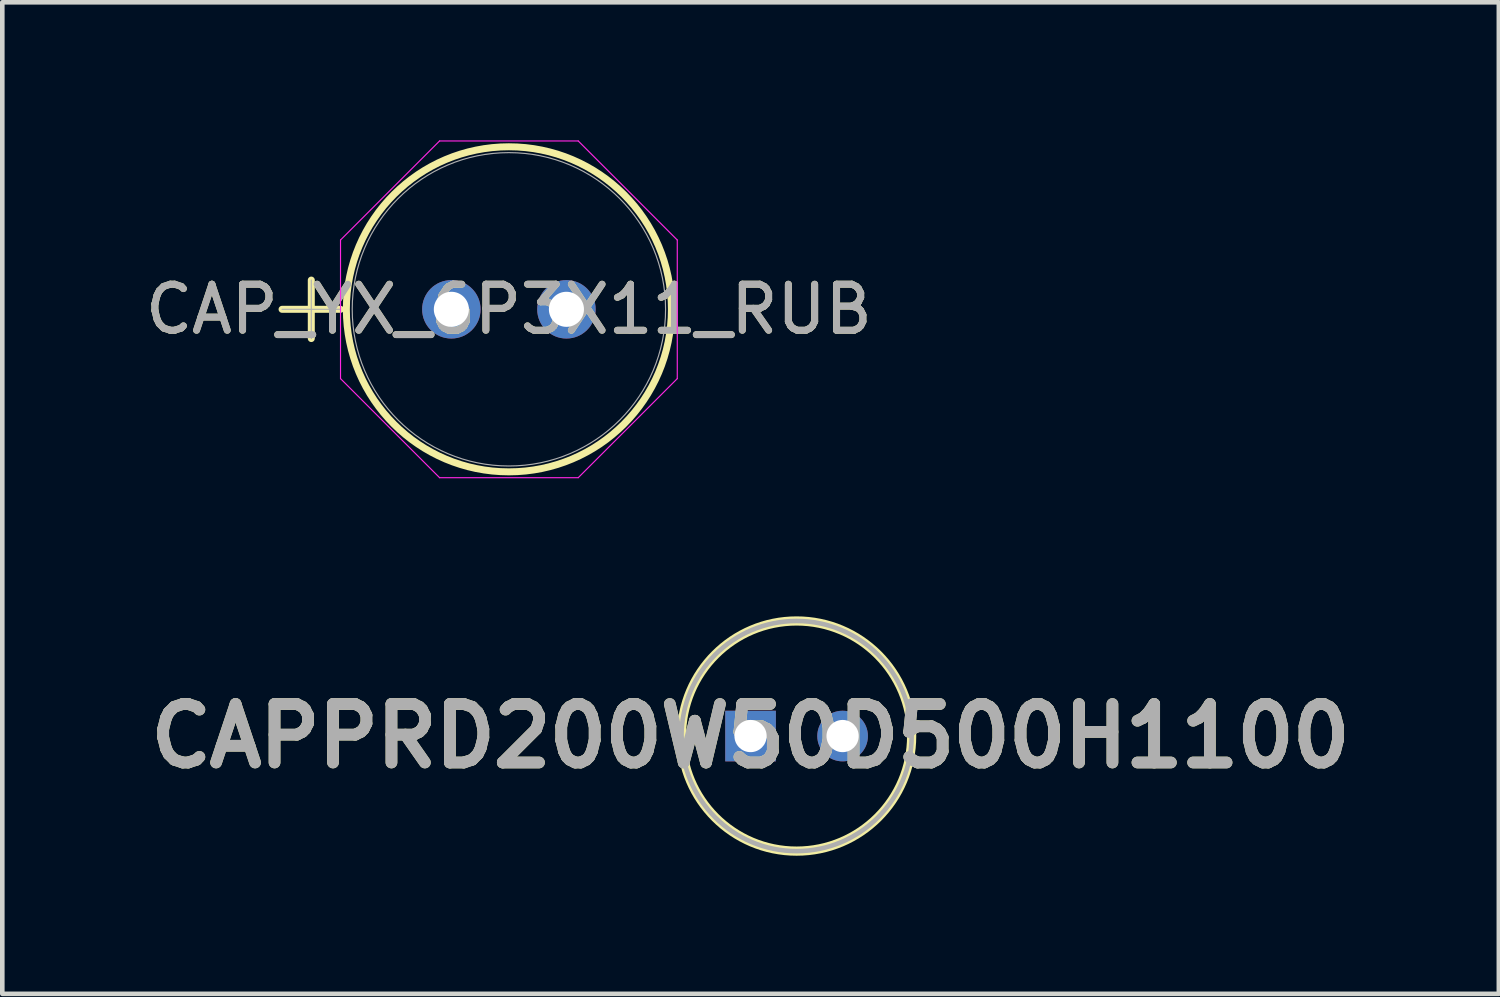
<source format=kicad_pcb>
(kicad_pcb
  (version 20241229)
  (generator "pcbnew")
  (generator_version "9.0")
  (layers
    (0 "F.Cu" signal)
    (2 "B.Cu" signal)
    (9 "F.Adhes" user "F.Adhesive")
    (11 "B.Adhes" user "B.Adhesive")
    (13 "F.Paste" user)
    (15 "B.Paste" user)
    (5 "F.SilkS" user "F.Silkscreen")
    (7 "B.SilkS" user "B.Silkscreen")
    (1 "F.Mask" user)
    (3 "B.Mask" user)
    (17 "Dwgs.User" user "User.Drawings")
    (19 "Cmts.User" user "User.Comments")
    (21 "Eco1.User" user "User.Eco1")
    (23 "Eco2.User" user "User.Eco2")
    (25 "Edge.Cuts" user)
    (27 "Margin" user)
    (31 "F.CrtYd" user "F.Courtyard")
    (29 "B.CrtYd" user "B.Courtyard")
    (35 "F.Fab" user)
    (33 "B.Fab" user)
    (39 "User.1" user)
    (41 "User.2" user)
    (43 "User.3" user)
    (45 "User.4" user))
  (footprint "CAP_YX_6P3X11_RUB"
    (layer "F.Cu")
    (at 6.756 3.67)
    (property "Reference" "CAP_YX_6P3X11_RUB" (at 1.25 0 0) (unlocked yes) (layer "F.SilkS") (effects (font (size 1 1) (thickness 0.15))))
    (attr through_hole)
    (fp_line (start -3.678 0) (end -2.408 0) (stroke (width 0.152) (type solid)) (layer "F.SilkS"))
    (fp_line (start -3.043 -0.635) (end -3.043 0.635) (stroke (width 0.152) (type solid)) (layer "F.SilkS"))
    (fp_circle (center 1.25 0) (end 4.781 0) (stroke (width 0.152) (type solid)) (fill no) (layer "F.SilkS"))
    (fp_line (start -2.408 -1.506) (end -0.256 -3.658) (stroke (width 0.025) (type solid)) (layer "F.CrtYd"))
    (fp_line (start -2.408 1.506) (end -2.408 -1.506) (stroke (width 0.025) (type solid)) (layer "F.CrtYd"))
    (fp_line (start -0.256 -3.658) (end 2.756 -3.658) (stroke (width 0.025) (type solid)) (layer "F.CrtYd"))
    (fp_line (start -0.256 3.658) (end -2.408 1.506) (stroke (width 0.025) (type solid)) (layer "F.CrtYd"))
    (fp_line (start 2.756 -3.658) (end 4.908 -1.506) (stroke (width 0.025) (type solid)) (layer "F.CrtYd"))
    (fp_line (start 2.756 3.658) (end -0.256 3.658) (stroke (width 0.025) (type solid)) (layer "F.CrtYd"))
    (fp_line (start 4.908 -1.506) (end 4.908 1.506) (stroke (width 0.025) (type solid)) (layer "F.CrtYd"))
    (fp_line (start 4.908 1.506) (end 2.756 3.658) (stroke (width 0.025) (type solid)) (layer "F.CrtYd"))
    (fp_line (start -3.678 0) (end -2.408 0) (stroke (width 0.025) (type solid)) (layer "F.Fab"))
    (fp_line (start -3.043 -0.635) (end -3.043 0.635) (stroke (width 0.025) (type solid)) (layer "F.Fab"))
    (fp_circle (center 1.25 0) (end 4.654 0) (stroke (width 0.025) (type solid)) (fill no) (layer "F.Fab"))
    (fp_text user "${REFERENCE}" (at 1.25 0 0) (unlocked yes) (layer "F.Fab") (effects (font (size 1 1) (thickness 0.15))))
    (pad "1" thru_hole circle (at 0 0) (size 1.27 1.27) (drill 0.762) (layers "*.Cu" "*.Mask"))
    (pad "2" thru_hole circle (at 2.5 0) (size 1.27 1.27) (drill 0.762) (layers "*.Cu" "*.Mask")))
  (footprint "CAPPRD200W50D500H1100"
    (layer "F.Cu")
    (at 13.256 12.941)
    (property "Reference" "CAPPRD200W50D500H1100" (at 0 0 0) (layer "F.SilkS") (effects (font (size 1.27 1.27) (thickness 0.254))))
    (attr through_hole)
    (fp_circle (center 1 0) (end 1 2.5) (stroke (width 0.2) (type solid)) (fill no) (layer "F.SilkS"))
    (fp_circle (center 1 0) (end 1 2.5) (stroke (width 0.1) (type solid)) (fill no) (layer "F.Fab"))
    (fp_text user "${REFERENCE}" (at 0 0 0) (layer "F.Fab") (effects (font (size 1.27 1.27) (thickness 0.254))))
    (pad "1" thru_hole rect (at 0 0) (size 1.1 1.1) (drill 0.7) (layers "*.Cu" "*.Mask"))
    (pad "2" thru_hole circle (at 2 0) (size 1.1 1.1) (drill 0.7) (layers "*.Cu" "*.Mask")))
  (gr_rect
    (start -3 -3)
    (end 29.513 18.541)
    (stroke (width 0.1) (type default))
    (fill no)
    (layer "Edge.Cuts")))
</source>
